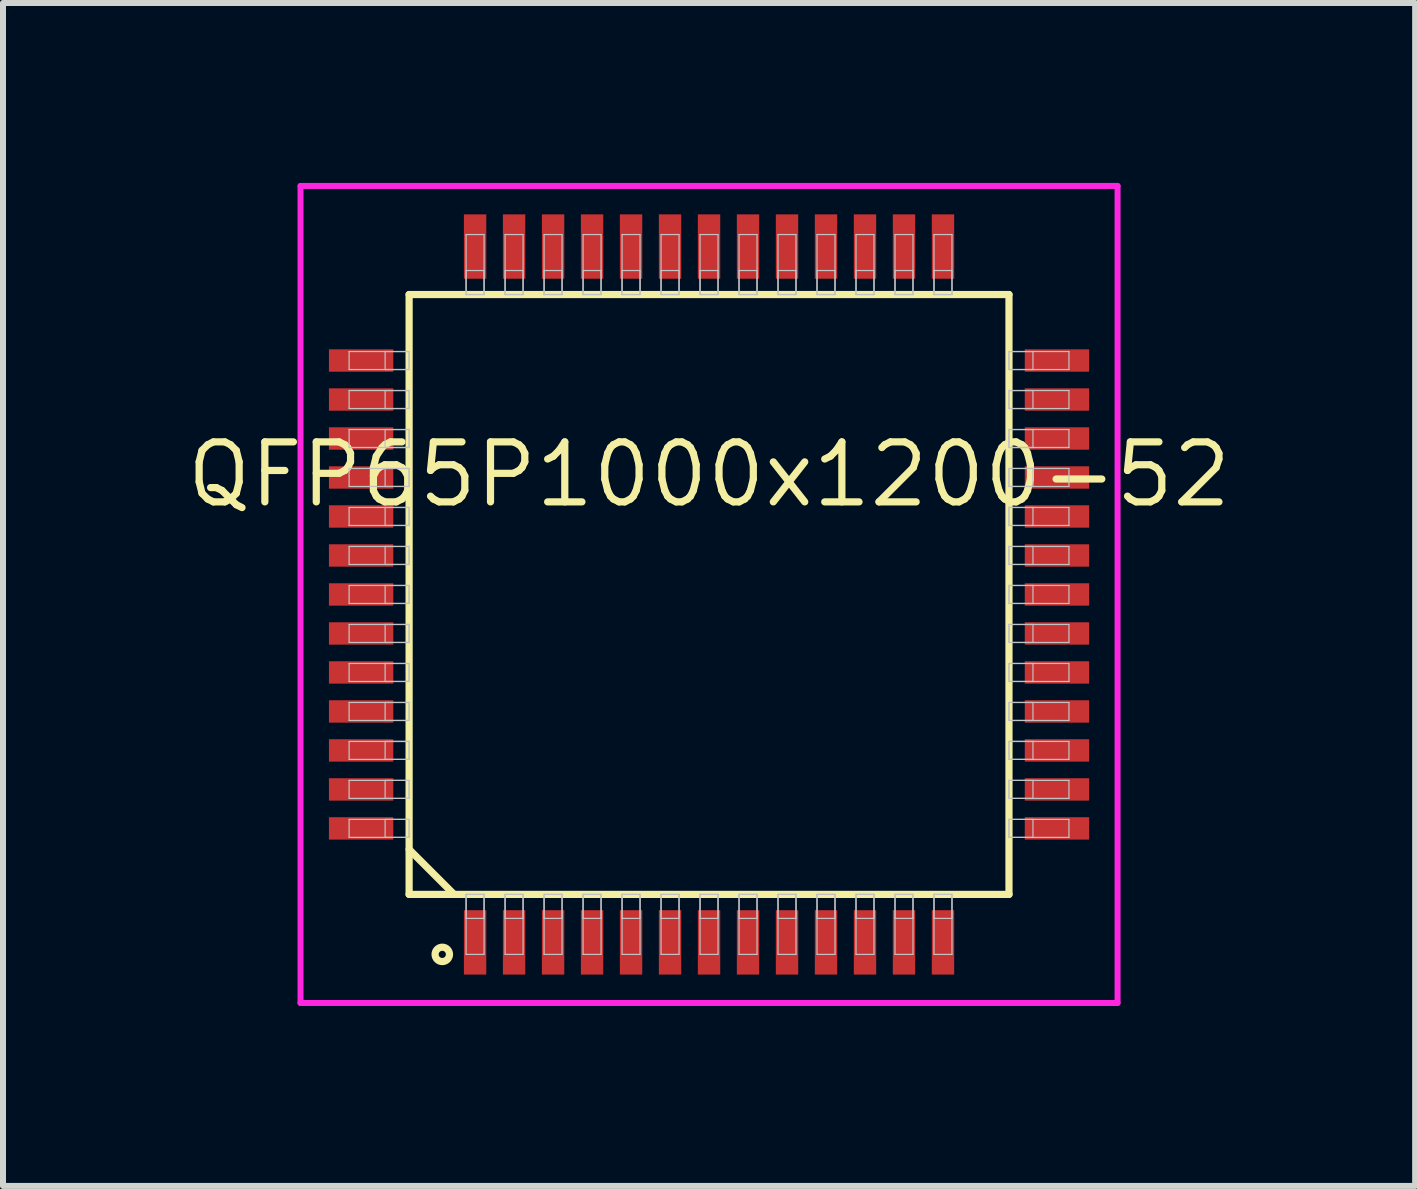
<source format=kicad_pcb>
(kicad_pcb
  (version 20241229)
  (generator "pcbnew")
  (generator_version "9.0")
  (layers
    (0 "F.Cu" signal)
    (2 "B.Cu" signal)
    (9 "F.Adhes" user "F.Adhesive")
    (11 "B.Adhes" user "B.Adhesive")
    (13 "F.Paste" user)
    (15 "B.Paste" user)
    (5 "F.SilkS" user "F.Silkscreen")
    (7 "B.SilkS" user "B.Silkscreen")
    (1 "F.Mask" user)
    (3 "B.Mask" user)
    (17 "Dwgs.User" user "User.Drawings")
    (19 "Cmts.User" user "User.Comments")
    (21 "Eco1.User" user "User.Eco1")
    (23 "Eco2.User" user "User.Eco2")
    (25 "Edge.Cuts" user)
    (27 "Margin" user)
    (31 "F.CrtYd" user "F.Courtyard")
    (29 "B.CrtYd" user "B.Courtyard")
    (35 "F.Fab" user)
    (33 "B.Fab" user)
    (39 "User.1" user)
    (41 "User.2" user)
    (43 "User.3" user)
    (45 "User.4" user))
  (footprint "QFP65P1000x1200-52"
    (layer "F.Cu")
    (at 8.77 6.86)
    (property "Reference" "QFP65P1000x1200-52" (at 0 -2 0) (layer "F.SilkS") (effects (font (size 1 1) (thickness 0.12))))
    (attr through_hole)
    (fp_line (start -5 -5) (end -5 5) (stroke (width 0.12) (type solid)) (layer "F.SilkS"))
    (fp_line (start -5 4.25) (end -4.25 5) (stroke (width 0.12) (type solid)) (layer "F.SilkS"))
    (fp_line (start -5 5) (end 5 5) (stroke (width 0.12) (type solid)) (layer "F.SilkS"))
    (fp_line (start 5 -5) (end -5 -5) (stroke (width 0.12) (type solid)) (layer "F.SilkS"))
    (fp_line (start 5 5) (end 5 -5) (stroke (width 0.12) (type solid)) (layer "F.SilkS"))
    (fp_circle (center -4.447 6) (end -4.327 6) (stroke (width 0.12) (type solid)) (fill no) (layer "F.SilkS"))
    (fp_line (start -6 -4.05) (end -6 -3.75) (stroke (width 0.02) (type solid)) (layer "Dwgs.User"))
    (fp_line (start -6 -3.75) (end -5 -3.75) (stroke (width 0.02) (type solid)) (layer "Dwgs.User"))
    (fp_line (start -6 -3.4) (end -6 -3.1) (stroke (width 0.02) (type solid)) (layer "Dwgs.User"))
    (fp_line (start -6 -3.1) (end -5 -3.1) (stroke (width 0.02) (type solid)) (layer "Dwgs.User"))
    (fp_line (start -6 -2.75) (end -6 -2.45) (stroke (width 0.02) (type solid)) (layer "Dwgs.User"))
    (fp_line (start -6 -2.45) (end -5 -2.45) (stroke (width 0.02) (type solid)) (layer "Dwgs.User"))
    (fp_line (start -6 -2.1) (end -6 -1.8) (stroke (width 0.02) (type solid)) (layer "Dwgs.User"))
    (fp_line (start -6 -1.8) (end -5 -1.8) (stroke (width 0.02) (type solid)) (layer "Dwgs.User"))
    (fp_line (start -6 -1.45) (end -6 -1.15) (stroke (width 0.02) (type solid)) (layer "Dwgs.User"))
    (fp_line (start -6 -1.15) (end -5 -1.15) (stroke (width 0.02) (type solid)) (layer "Dwgs.User"))
    (fp_line (start -6 -0.8) (end -6 -0.5) (stroke (width 0.02) (type solid)) (layer "Dwgs.User"))
    (fp_line (start -6 -0.5) (end -5 -0.5) (stroke (width 0.02) (type solid)) (layer "Dwgs.User"))
    (fp_line (start -6 -0.15) (end -6 0.15) (stroke (width 0.02) (type solid)) (layer "Dwgs.User"))
    (fp_line (start -6 0.15) (end -5 0.15) (stroke (width 0.02) (type solid)) (layer "Dwgs.User"))
    (fp_line (start -6 0.5) (end -6 0.8) (stroke (width 0.02) (type solid)) (layer "Dwgs.User"))
    (fp_line (start -6 0.8) (end -5 0.8) (stroke (width 0.02) (type solid)) (layer "Dwgs.User"))
    (fp_line (start -6 1.15) (end -6 1.45) (stroke (width 0.02) (type solid)) (layer "Dwgs.User"))
    (fp_line (start -6 1.45) (end -5 1.45) (stroke (width 0.02) (type solid)) (layer "Dwgs.User"))
    (fp_line (start -6 1.8) (end -6 2.1) (stroke (width 0.02) (type solid)) (layer "Dwgs.User"))
    (fp_line (start -6 2.1) (end -5 2.1) (stroke (width 0.02) (type solid)) (layer "Dwgs.User"))
    (fp_line (start -6 2.45) (end -6 2.75) (stroke (width 0.02) (type solid)) (layer "Dwgs.User"))
    (fp_line (start -6 2.75) (end -5 2.75) (stroke (width 0.02) (type solid)) (layer "Dwgs.User"))
    (fp_line (start -6 3.1) (end -6 3.4) (stroke (width 0.02) (type solid)) (layer "Dwgs.User"))
    (fp_line (start -6 3.4) (end -5 3.4) (stroke (width 0.02) (type solid)) (layer "Dwgs.User"))
    (fp_line (start -6 3.75) (end -6 4.05) (stroke (width 0.02) (type solid)) (layer "Dwgs.User"))
    (fp_line (start -6 4.05) (end -5 4.05) (stroke (width 0.02) (type solid)) (layer "Dwgs.User"))
    (fp_line (start -5.4 -4.05) (end -5.4 -3.75) (stroke (width 0.02) (type solid)) (layer "Dwgs.User"))
    (fp_line (start -5.4 -3.75) (end -5 -3.75) (stroke (width 0.02) (type solid)) (layer "Dwgs.User"))
    (fp_line (start -5.4 -3.4) (end -5.4 -3.1) (stroke (width 0.02) (type solid)) (layer "Dwgs.User"))
    (fp_line (start -5.4 -3.1) (end -5 -3.1) (stroke (width 0.02) (type solid)) (layer "Dwgs.User"))
    (fp_line (start -5.4 -2.75) (end -5.4 -2.45) (stroke (width 0.02) (type solid)) (layer "Dwgs.User"))
    (fp_line (start -5.4 -2.45) (end -5 -2.45) (stroke (width 0.02) (type solid)) (layer "Dwgs.User"))
    (fp_line (start -5.4 -2.1) (end -5.4 -1.8) (stroke (width 0.02) (type solid)) (layer "Dwgs.User"))
    (fp_line (start -5.4 -1.8) (end -5 -1.8) (stroke (width 0.02) (type solid)) (layer "Dwgs.User"))
    (fp_line (start -5.4 -1.45) (end -5.4 -1.15) (stroke (width 0.02) (type solid)) (layer "Dwgs.User"))
    (fp_line (start -5.4 -1.15) (end -5 -1.15) (stroke (width 0.02) (type solid)) (layer "Dwgs.User"))
    (fp_line (start -5.4 -0.8) (end -5.4 -0.5) (stroke (width 0.02) (type solid)) (layer "Dwgs.User"))
    (fp_line (start -5.4 -0.5) (end -5 -0.5) (stroke (width 0.02) (type solid)) (layer "Dwgs.User"))
    (fp_line (start -5.4 -0.15) (end -5.4 0.15) (stroke (width 0.02) (type solid)) (layer "Dwgs.User"))
    (fp_line (start -5.4 0.15) (end -5 0.15) (stroke (width 0.02) (type solid)) (layer "Dwgs.User"))
    (fp_line (start -5.4 0.5) (end -5.4 0.8) (stroke (width 0.02) (type solid)) (layer "Dwgs.User"))
    (fp_line (start -5.4 0.8) (end -5 0.8) (stroke (width 0.02) (type solid)) (layer "Dwgs.User"))
    (fp_line (start -5.4 1.15) (end -5.4 1.45) (stroke (width 0.02) (type solid)) (layer "Dwgs.User"))
    (fp_line (start -5.4 1.45) (end -5 1.45) (stroke (width 0.02) (type solid)) (layer "Dwgs.User"))
    (fp_line (start -5.4 1.8) (end -5.4 2.1) (stroke (width 0.02) (type solid)) (layer "Dwgs.User"))
    (fp_line (start -5.4 2.1) (end -5 2.1) (stroke (width 0.02) (type solid)) (layer "Dwgs.User"))
    (fp_line (start -5.4 2.45) (end -5.4 2.75) (stroke (width 0.02) (type solid)) (layer "Dwgs.User"))
    (fp_line (start -5.4 2.75) (end -5 2.75) (stroke (width 0.02) (type solid)) (layer "Dwgs.User"))
    (fp_line (start -5.4 3.1) (end -5.4 3.4) (stroke (width 0.02) (type solid)) (layer "Dwgs.User"))
    (fp_line (start -5.4 3.4) (end -5 3.4) (stroke (width 0.02) (type solid)) (layer "Dwgs.User"))
    (fp_line (start -5.4 3.75) (end -5.4 4.05) (stroke (width 0.02) (type solid)) (layer "Dwgs.User"))
    (fp_line (start -5.4 4.05) (end -5 4.05) (stroke (width 0.02) (type solid)) (layer "Dwgs.User"))
    (fp_line (start -5 -4.05) (end -6 -4.05) (stroke (width 0.02) (type solid)) (layer "Dwgs.User"))
    (fp_line (start -5 -4.05) (end -5.4 -4.05) (stroke (width 0.02) (type solid)) (layer "Dwgs.User"))
    (fp_line (start -5 -3.75) (end -5 -4.05) (stroke (width 0.02) (type solid)) (layer "Dwgs.User"))
    (fp_line (start -5 -3.75) (end -5 -4.05) (stroke (width 0.02) (type solid)) (layer "Dwgs.User"))
    (fp_line (start -5 -3.4) (end -6 -3.4) (stroke (width 0.02) (type solid)) (layer "Dwgs.User"))
    (fp_line (start -5 -3.4) (end -5.4 -3.4) (stroke (width 0.02) (type solid)) (layer "Dwgs.User"))
    (fp_line (start -5 -3.1) (end -5 -3.4) (stroke (width 0.02) (type solid)) (layer "Dwgs.User"))
    (fp_line (start -5 -3.1) (end -5 -3.4) (stroke (width 0.02) (type solid)) (layer "Dwgs.User"))
    (fp_line (start -5 -2.75) (end -6 -2.75) (stroke (width 0.02) (type solid)) (layer "Dwgs.User"))
    (fp_line (start -5 -2.75) (end -5.4 -2.75) (stroke (width 0.02) (type solid)) (layer "Dwgs.User"))
    (fp_line (start -5 -2.45) (end -5 -2.75) (stroke (width 0.02) (type solid)) (layer "Dwgs.User"))
    (fp_line (start -5 -2.45) (end -5 -2.75) (stroke (width 0.02) (type solid)) (layer "Dwgs.User"))
    (fp_line (start -5 -2.1) (end -6 -2.1) (stroke (width 0.02) (type solid)) (layer "Dwgs.User"))
    (fp_line (start -5 -2.1) (end -5.4 -2.1) (stroke (width 0.02) (type solid)) (layer "Dwgs.User"))
    (fp_line (start -5 -1.8) (end -5 -2.1) (stroke (width 0.02) (type solid)) (layer "Dwgs.User"))
    (fp_line (start -5 -1.8) (end -5 -2.1) (stroke (width 0.02) (type solid)) (layer "Dwgs.User"))
    (fp_line (start -5 -1.45) (end -6 -1.45) (stroke (width 0.02) (type solid)) (layer "Dwgs.User"))
    (fp_line (start -5 -1.45) (end -5.4 -1.45) (stroke (width 0.02) (type solid)) (layer "Dwgs.User"))
    (fp_line (start -5 -1.15) (end -5 -1.45) (stroke (width 0.02) (type solid)) (layer "Dwgs.User"))
    (fp_line (start -5 -1.15) (end -5 -1.45) (stroke (width 0.02) (type solid)) (layer "Dwgs.User"))
    (fp_line (start -5 -0.8) (end -6 -0.8) (stroke (width 0.02) (type solid)) (layer "Dwgs.User"))
    (fp_line (start -5 -0.8) (end -5.4 -0.8) (stroke (width 0.02) (type solid)) (layer "Dwgs.User"))
    (fp_line (start -5 -0.5) (end -5 -0.8) (stroke (width 0.02) (type solid)) (layer "Dwgs.User"))
    (fp_line (start -5 -0.5) (end -5 -0.8) (stroke (width 0.02) (type solid)) (layer "Dwgs.User"))
    (fp_line (start -5 -0.15) (end -6 -0.15) (stroke (width 0.02) (type solid)) (layer "Dwgs.User"))
    (fp_line (start -5 -0.15) (end -5.4 -0.15) (stroke (width 0.02) (type solid)) (layer "Dwgs.User"))
    (fp_line (start -5 0.15) (end -5 -0.15) (stroke (width 0.02) (type solid)) (layer "Dwgs.User"))
    (fp_line (start -5 0.15) (end -5 -0.15) (stroke (width 0.02) (type solid)) (layer "Dwgs.User"))
    (fp_line (start -5 0.5) (end -6 0.5) (stroke (width 0.02) (type solid)) (layer "Dwgs.User"))
    (fp_line (start -5 0.5) (end -5.4 0.5) (stroke (width 0.02) (type solid)) (layer "Dwgs.User"))
    (fp_line (start -5 0.8) (end -5 0.5) (stroke (width 0.02) (type solid)) (layer "Dwgs.User"))
    (fp_line (start -5 0.8) (end -5 0.5) (stroke (width 0.02) (type solid)) (layer "Dwgs.User"))
    (fp_line (start -5 1.15) (end -6 1.15) (stroke (width 0.02) (type solid)) (layer "Dwgs.User"))
    (fp_line (start -5 1.15) (end -5.4 1.15) (stroke (width 0.02) (type solid)) (layer "Dwgs.User"))
    (fp_line (start -5 1.45) (end -5 1.15) (stroke (width 0.02) (type solid)) (layer "Dwgs.User"))
    (fp_line (start -5 1.45) (end -5 1.15) (stroke (width 0.02) (type solid)) (layer "Dwgs.User"))
    (fp_line (start -5 1.8) (end -6 1.8) (stroke (width 0.02) (type solid)) (layer "Dwgs.User"))
    (fp_line (start -5 1.8) (end -5.4 1.8) (stroke (width 0.02) (type solid)) (layer "Dwgs.User"))
    (fp_line (start -5 2.1) (end -5 1.8) (stroke (width 0.02) (type solid)) (layer "Dwgs.User"))
    (fp_line (start -5 2.1) (end -5 1.8) (stroke (width 0.02) (type solid)) (layer "Dwgs.User"))
    (fp_line (start -5 2.45) (end -6 2.45) (stroke (width 0.02) (type solid)) (layer "Dwgs.User"))
    (fp_line (start -5 2.45) (end -5.4 2.45) (stroke (width 0.02) (type solid)) (layer "Dwgs.User"))
    (fp_line (start -5 2.75) (end -5 2.45) (stroke (width 0.02) (type solid)) (layer "Dwgs.User"))
    (fp_line (start -5 2.75) (end -5 2.45) (stroke (width 0.02) (type solid)) (layer "Dwgs.User"))
    (fp_line (start -5 3.1) (end -6 3.1) (stroke (width 0.02) (type solid)) (layer "Dwgs.User"))
    (fp_line (start -5 3.1) (end -5.4 3.1) (stroke (width 0.02) (type solid)) (layer "Dwgs.User"))
    (fp_line (start -5 3.4) (end -5 3.1) (stroke (width 0.02) (type solid)) (layer "Dwgs.User"))
    (fp_line (start -5 3.4) (end -5 3.1) (stroke (width 0.02) (type solid)) (layer "Dwgs.User"))
    (fp_line (start -5 3.75) (end -6 3.75) (stroke (width 0.02) (type solid)) (layer "Dwgs.User"))
    (fp_line (start -5 3.75) (end -5.4 3.75) (stroke (width 0.02) (type solid)) (layer "Dwgs.User"))
    (fp_line (start -5 4.05) (end -5 3.75) (stroke (width 0.02) (type solid)) (layer "Dwgs.User"))
    (fp_line (start -5 4.05) (end -5 3.75) (stroke (width 0.02) (type solid)) (layer "Dwgs.User"))
    (fp_line (start -4.05 -6) (end -4.05 -5) (stroke (width 0.02) (type solid)) (layer "Dwgs.User"))
    (fp_line (start -4.05 -5.4) (end -4.05 -5) (stroke (width 0.02) (type solid)) (layer "Dwgs.User"))
    (fp_line (start -4.05 -5) (end -3.75 -5) (stroke (width 0.02) (type solid)) (layer "Dwgs.User"))
    (fp_line (start -4.05 -5) (end -3.75 -5) (stroke (width 0.02) (type solid)) (layer "Dwgs.User"))
    (fp_line (start -4.05 5) (end -3.75 5) (stroke (width 0.02) (type solid)) (layer "Dwgs.User"))
    (fp_line (start -4.05 5) (end -3.75 5) (stroke (width 0.02) (type solid)) (layer "Dwgs.User"))
    (fp_line (start -4.05 5.4) (end -4.05 5) (stroke (width 0.02) (type solid)) (layer "Dwgs.User"))
    (fp_line (start -4.05 6) (end -4.05 5) (stroke (width 0.02) (type solid)) (layer "Dwgs.User"))
    (fp_line (start -3.75 -6) (end -4.05 -6) (stroke (width 0.02) (type solid)) (layer "Dwgs.User"))
    (fp_line (start -3.75 -5.4) (end -4.05 -5.4) (stroke (width 0.02) (type solid)) (layer "Dwgs.User"))
    (fp_line (start -3.75 -5) (end -3.75 -6) (stroke (width 0.02) (type solid)) (layer "Dwgs.User"))
    (fp_line (start -3.75 -5) (end -3.75 -5.4) (stroke (width 0.02) (type solid)) (layer "Dwgs.User"))
    (fp_line (start -3.75 5) (end -3.75 5.4) (stroke (width 0.02) (type solid)) (layer "Dwgs.User"))
    (fp_line (start -3.75 5) (end -3.75 6) (stroke (width 0.02) (type solid)) (layer "Dwgs.User"))
    (fp_line (start -3.75 5.4) (end -4.05 5.4) (stroke (width 0.02) (type solid)) (layer "Dwgs.User"))
    (fp_line (start -3.75 6) (end -4.05 6) (stroke (width 0.02) (type solid)) (layer "Dwgs.User"))
    (fp_line (start -3.4 -6) (end -3.4 -5) (stroke (width 0.02) (type solid)) (layer "Dwgs.User"))
    (fp_line (start -3.4 -5.4) (end -3.4 -5) (stroke (width 0.02) (type solid)) (layer "Dwgs.User"))
    (fp_line (start -3.4 -5) (end -3.1 -5) (stroke (width 0.02) (type solid)) (layer "Dwgs.User"))
    (fp_line (start -3.4 -5) (end -3.1 -5) (stroke (width 0.02) (type solid)) (layer "Dwgs.User"))
    (fp_line (start -3.4 5) (end -3.1 5) (stroke (width 0.02) (type solid)) (layer "Dwgs.User"))
    (fp_line (start -3.4 5) (end -3.1 5) (stroke (width 0.02) (type solid)) (layer "Dwgs.User"))
    (fp_line (start -3.4 5.4) (end -3.4 5) (stroke (width 0.02) (type solid)) (layer "Dwgs.User"))
    (fp_line (start -3.4 6) (end -3.4 5) (stroke (width 0.02) (type solid)) (layer "Dwgs.User"))
    (fp_line (start -3.1 -6) (end -3.4 -6) (stroke (width 0.02) (type solid)) (layer "Dwgs.User"))
    (fp_line (start -3.1 -5.4) (end -3.4 -5.4) (stroke (width 0.02) (type solid)) (layer "Dwgs.User"))
    (fp_line (start -3.1 -5) (end -3.1 -6) (stroke (width 0.02) (type solid)) (layer "Dwgs.User"))
    (fp_line (start -3.1 -5) (end -3.1 -5.4) (stroke (width 0.02) (type solid)) (layer "Dwgs.User"))
    (fp_line (start -3.1 5) (end -3.1 5.4) (stroke (width 0.02) (type solid)) (layer "Dwgs.User"))
    (fp_line (start -3.1 5) (end -3.1 6) (stroke (width 0.02) (type solid)) (layer "Dwgs.User"))
    (fp_line (start -3.1 5.4) (end -3.4 5.4) (stroke (width 0.02) (type solid)) (layer "Dwgs.User"))
    (fp_line (start -3.1 6) (end -3.4 6) (stroke (width 0.02) (type solid)) (layer "Dwgs.User"))
    (fp_line (start -2.75 -6) (end -2.75 -5) (stroke (width 0.02) (type solid)) (layer "Dwgs.User"))
    (fp_line (start -2.75 -5.4) (end -2.75 -5) (stroke (width 0.02) (type solid)) (layer "Dwgs.User"))
    (fp_line (start -2.75 -5) (end -2.45 -5) (stroke (width 0.02) (type solid)) (layer "Dwgs.User"))
    (fp_line (start -2.75 -5) (end -2.45 -5) (stroke (width 0.02) (type solid)) (layer "Dwgs.User"))
    (fp_line (start -2.75 5) (end -2.45 5) (stroke (width 0.02) (type solid)) (layer "Dwgs.User"))
    (fp_line (start -2.75 5) (end -2.45 5) (stroke (width 0.02) (type solid)) (layer "Dwgs.User"))
    (fp_line (start -2.75 5.4) (end -2.75 5) (stroke (width 0.02) (type solid)) (layer "Dwgs.User"))
    (fp_line (start -2.75 6) (end -2.75 5) (stroke (width 0.02) (type solid)) (layer "Dwgs.User"))
    (fp_line (start -2.45 -6) (end -2.75 -6) (stroke (width 0.02) (type solid)) (layer "Dwgs.User"))
    (fp_line (start -2.45 -5.4) (end -2.75 -5.4) (stroke (width 0.02) (type solid)) (layer "Dwgs.User"))
    (fp_line (start -2.45 -5) (end -2.45 -6) (stroke (width 0.02) (type solid)) (layer "Dwgs.User"))
    (fp_line (start -2.45 -5) (end -2.45 -5.4) (stroke (width 0.02) (type solid)) (layer "Dwgs.User"))
    (fp_line (start -2.45 5) (end -2.45 5.4) (stroke (width 0.02) (type solid)) (layer "Dwgs.User"))
    (fp_line (start -2.45 5) (end -2.45 6) (stroke (width 0.02) (type solid)) (layer "Dwgs.User"))
    (fp_line (start -2.45 5.4) (end -2.75 5.4) (stroke (width 0.02) (type solid)) (layer "Dwgs.User"))
    (fp_line (start -2.45 6) (end -2.75 6) (stroke (width 0.02) (type solid)) (layer "Dwgs.User"))
    (fp_line (start -2.1 -6) (end -2.1 -5) (stroke (width 0.02) (type solid)) (layer "Dwgs.User"))
    (fp_line (start -2.1 -5.4) (end -2.1 -5) (stroke (width 0.02) (type solid)) (layer "Dwgs.User"))
    (fp_line (start -2.1 -5) (end -1.8 -5) (stroke (width 0.02) (type solid)) (layer "Dwgs.User"))
    (fp_line (start -2.1 -5) (end -1.8 -5) (stroke (width 0.02) (type solid)) (layer "Dwgs.User"))
    (fp_line (start -2.1 5) (end -1.8 5) (stroke (width 0.02) (type solid)) (layer "Dwgs.User"))
    (fp_line (start -2.1 5) (end -1.8 5) (stroke (width 0.02) (type solid)) (layer "Dwgs.User"))
    (fp_line (start -2.1 5.4) (end -2.1 5) (stroke (width 0.02) (type solid)) (layer "Dwgs.User"))
    (fp_line (start -2.1 6) (end -2.1 5) (stroke (width 0.02) (type solid)) (layer "Dwgs.User"))
    (fp_line (start -1.8 -6) (end -2.1 -6) (stroke (width 0.02) (type solid)) (layer "Dwgs.User"))
    (fp_line (start -1.8 -5.4) (end -2.1 -5.4) (stroke (width 0.02) (type solid)) (layer "Dwgs.User"))
    (fp_line (start -1.8 -5) (end -1.8 -6) (stroke (width 0.02) (type solid)) (layer "Dwgs.User"))
    (fp_line (start -1.8 -5) (end -1.8 -5.4) (stroke (width 0.02) (type solid)) (layer "Dwgs.User"))
    (fp_line (start -1.8 5) (end -1.8 5.4) (stroke (width 0.02) (type solid)) (layer "Dwgs.User"))
    (fp_line (start -1.8 5) (end -1.8 6) (stroke (width 0.02) (type solid)) (layer "Dwgs.User"))
    (fp_line (start -1.8 5.4) (end -2.1 5.4) (stroke (width 0.02) (type solid)) (layer "Dwgs.User"))
    (fp_line (start -1.8 6) (end -2.1 6) (stroke (width 0.02) (type solid)) (layer "Dwgs.User"))
    (fp_line (start -1.45 -6) (end -1.45 -5) (stroke (width 0.02) (type solid)) (layer "Dwgs.User"))
    (fp_line (start -1.45 -5.4) (end -1.45 -5) (stroke (width 0.02) (type solid)) (layer "Dwgs.User"))
    (fp_line (start -1.45 -5) (end -1.15 -5) (stroke (width 0.02) (type solid)) (layer "Dwgs.User"))
    (fp_line (start -1.45 -5) (end -1.15 -5) (stroke (width 0.02) (type solid)) (layer "Dwgs.User"))
    (fp_line (start -1.45 5) (end -1.15 5) (stroke (width 0.02) (type solid)) (layer "Dwgs.User"))
    (fp_line (start -1.45 5) (end -1.15 5) (stroke (width 0.02) (type solid)) (layer "Dwgs.User"))
    (fp_line (start -1.45 5.4) (end -1.45 5) (stroke (width 0.02) (type solid)) (layer "Dwgs.User"))
    (fp_line (start -1.45 6) (end -1.45 5) (stroke (width 0.02) (type solid)) (layer "Dwgs.User"))
    (fp_line (start -1.15 -6) (end -1.45 -6) (stroke (width 0.02) (type solid)) (layer "Dwgs.User"))
    (fp_line (start -1.15 -5.4) (end -1.45 -5.4) (stroke (width 0.02) (type solid)) (layer "Dwgs.User"))
    (fp_line (start -1.15 -5) (end -1.15 -6) (stroke (width 0.02) (type solid)) (layer "Dwgs.User"))
    (fp_line (start -1.15 -5) (end -1.15 -5.4) (stroke (width 0.02) (type solid)) (layer "Dwgs.User"))
    (fp_line (start -1.15 5) (end -1.15 5.4) (stroke (width 0.02) (type solid)) (layer "Dwgs.User"))
    (fp_line (start -1.15 5) (end -1.15 6) (stroke (width 0.02) (type solid)) (layer "Dwgs.User"))
    (fp_line (start -1.15 5.4) (end -1.45 5.4) (stroke (width 0.02) (type solid)) (layer "Dwgs.User"))
    (fp_line (start -1.15 6) (end -1.45 6) (stroke (width 0.02) (type solid)) (layer "Dwgs.User"))
    (fp_line (start -0.8 -6) (end -0.8 -5) (stroke (width 0.02) (type solid)) (layer "Dwgs.User"))
    (fp_line (start -0.8 -5.4) (end -0.8 -5) (stroke (width 0.02) (type solid)) (layer "Dwgs.User"))
    (fp_line (start -0.8 -5) (end -0.5 -5) (stroke (width 0.02) (type solid)) (layer "Dwgs.User"))
    (fp_line (start -0.8 -5) (end -0.5 -5) (stroke (width 0.02) (type solid)) (layer "Dwgs.User"))
    (fp_line (start -0.8 5) (end -0.5 5) (stroke (width 0.02) (type solid)) (layer "Dwgs.User"))
    (fp_line (start -0.8 5) (end -0.5 5) (stroke (width 0.02) (type solid)) (layer "Dwgs.User"))
    (fp_line (start -0.8 5.4) (end -0.8 5) (stroke (width 0.02) (type solid)) (layer "Dwgs.User"))
    (fp_line (start -0.8 6) (end -0.8 5) (stroke (width 0.02) (type solid)) (layer "Dwgs.User"))
    (fp_line (start -0.5 -6) (end -0.8 -6) (stroke (width 0.02) (type solid)) (layer "Dwgs.User"))
    (fp_line (start -0.5 -5.4) (end -0.8 -5.4) (stroke (width 0.02) (type solid)) (layer "Dwgs.User"))
    (fp_line (start -0.5 -5) (end -0.5 -6) (stroke (width 0.02) (type solid)) (layer "Dwgs.User"))
    (fp_line (start -0.5 -5) (end -0.5 -5.4) (stroke (width 0.02) (type solid)) (layer "Dwgs.User"))
    (fp_line (start -0.5 5) (end -0.5 5.4) (stroke (width 0.02) (type solid)) (layer "Dwgs.User"))
    (fp_line (start -0.5 5) (end -0.5 6) (stroke (width 0.02) (type solid)) (layer "Dwgs.User"))
    (fp_line (start -0.5 5.4) (end -0.8 5.4) (stroke (width 0.02) (type solid)) (layer "Dwgs.User"))
    (fp_line (start -0.5 6) (end -0.8 6) (stroke (width 0.02) (type solid)) (layer "Dwgs.User"))
    (fp_line (start -0.15 -6) (end -0.15 -5) (stroke (width 0.02) (type solid)) (layer "Dwgs.User"))
    (fp_line (start -0.15 -5.4) (end -0.15 -5) (stroke (width 0.02) (type solid)) (layer "Dwgs.User"))
    (fp_line (start -0.15 -5) (end 0.15 -5) (stroke (width 0.02) (type solid)) (layer "Dwgs.User"))
    (fp_line (start -0.15 -5) (end 0.15 -5) (stroke (width 0.02) (type solid)) (layer "Dwgs.User"))
    (fp_line (start -0.15 5) (end 0.15 5) (stroke (width 0.02) (type solid)) (layer "Dwgs.User"))
    (fp_line (start -0.15 5) (end 0.15 5) (stroke (width 0.02) (type solid)) (layer "Dwgs.User"))
    (fp_line (start -0.15 5.4) (end -0.15 5) (stroke (width 0.02) (type solid)) (layer "Dwgs.User"))
    (fp_line (start -0.15 6) (end -0.15 5) (stroke (width 0.02) (type solid)) (layer "Dwgs.User"))
    (fp_line (start 0.15 -6) (end -0.15 -6) (stroke (width 0.02) (type solid)) (layer "Dwgs.User"))
    (fp_line (start 0.15 -5.4) (end -0.15 -5.4) (stroke (width 0.02) (type solid)) (layer "Dwgs.User"))
    (fp_line (start 0.15 -5) (end 0.15 -6) (stroke (width 0.02) (type solid)) (layer "Dwgs.User"))
    (fp_line (start 0.15 -5) (end 0.15 -5.4) (stroke (width 0.02) (type solid)) (layer "Dwgs.User"))
    (fp_line (start 0.15 5) (end 0.15 5.4) (stroke (width 0.02) (type solid)) (layer "Dwgs.User"))
    (fp_line (start 0.15 5) (end 0.15 6) (stroke (width 0.02) (type solid)) (layer "Dwgs.User"))
    (fp_line (start 0.15 5.4) (end -0.15 5.4) (stroke (width 0.02) (type solid)) (layer "Dwgs.User"))
    (fp_line (start 0.15 6) (end -0.15 6) (stroke (width 0.02) (type solid)) (layer "Dwgs.User"))
    (fp_line (start 0.5 -6) (end 0.5 -5) (stroke (width 0.02) (type solid)) (layer "Dwgs.User"))
    (fp_line (start 0.5 -5.4) (end 0.5 -5) (stroke (width 0.02) (type solid)) (layer "Dwgs.User"))
    (fp_line (start 0.5 -5) (end 0.8 -5) (stroke (width 0.02) (type solid)) (layer "Dwgs.User"))
    (fp_line (start 0.5 -5) (end 0.8 -5) (stroke (width 0.02) (type solid)) (layer "Dwgs.User"))
    (fp_line (start 0.5 5) (end 0.8 5) (stroke (width 0.02) (type solid)) (layer "Dwgs.User"))
    (fp_line (start 0.5 5) (end 0.8 5) (stroke (width 0.02) (type solid)) (layer "Dwgs.User"))
    (fp_line (start 0.5 5.4) (end 0.5 5) (stroke (width 0.02) (type solid)) (layer "Dwgs.User"))
    (fp_line (start 0.5 6) (end 0.5 5) (stroke (width 0.02) (type solid)) (layer "Dwgs.User"))
    (fp_line (start 0.8 -6) (end 0.5 -6) (stroke (width 0.02) (type solid)) (layer "Dwgs.User"))
    (fp_line (start 0.8 -5.4) (end 0.5 -5.4) (stroke (width 0.02) (type solid)) (layer "Dwgs.User"))
    (fp_line (start 0.8 -5) (end 0.8 -6) (stroke (width 0.02) (type solid)) (layer "Dwgs.User"))
    (fp_line (start 0.8 -5) (end 0.8 -5.4) (stroke (width 0.02) (type solid)) (layer "Dwgs.User"))
    (fp_line (start 0.8 5) (end 0.8 5.4) (stroke (width 0.02) (type solid)) (layer "Dwgs.User"))
    (fp_line (start 0.8 5) (end 0.8 6) (stroke (width 0.02) (type solid)) (layer "Dwgs.User"))
    (fp_line (start 0.8 5.4) (end 0.5 5.4) (stroke (width 0.02) (type solid)) (layer "Dwgs.User"))
    (fp_line (start 0.8 6) (end 0.5 6) (stroke (width 0.02) (type solid)) (layer "Dwgs.User"))
    (fp_line (start 1.15 -6) (end 1.15 -5) (stroke (width 0.02) (type solid)) (layer "Dwgs.User"))
    (fp_line (start 1.15 -5.4) (end 1.15 -5) (stroke (width 0.02) (type solid)) (layer "Dwgs.User"))
    (fp_line (start 1.15 -5) (end 1.45 -5) (stroke (width 0.02) (type solid)) (layer "Dwgs.User"))
    (fp_line (start 1.15 -5) (end 1.45 -5) (stroke (width 0.02) (type solid)) (layer "Dwgs.User"))
    (fp_line (start 1.15 5) (end 1.45 5) (stroke (width 0.02) (type solid)) (layer "Dwgs.User"))
    (fp_line (start 1.15 5) (end 1.45 5) (stroke (width 0.02) (type solid)) (layer "Dwgs.User"))
    (fp_line (start 1.15 5.4) (end 1.15 5) (stroke (width 0.02) (type solid)) (layer "Dwgs.User"))
    (fp_line (start 1.15 6) (end 1.15 5) (stroke (width 0.02) (type solid)) (layer "Dwgs.User"))
    (fp_line (start 1.45 -6) (end 1.15 -6) (stroke (width 0.02) (type solid)) (layer "Dwgs.User"))
    (fp_line (start 1.45 -5.4) (end 1.15 -5.4) (stroke (width 0.02) (type solid)) (layer "Dwgs.User"))
    (fp_line (start 1.45 -5) (end 1.45 -6) (stroke (width 0.02) (type solid)) (layer "Dwgs.User"))
    (fp_line (start 1.45 -5) (end 1.45 -5.4) (stroke (width 0.02) (type solid)) (layer "Dwgs.User"))
    (fp_line (start 1.45 5) (end 1.45 5.4) (stroke (width 0.02) (type solid)) (layer "Dwgs.User"))
    (fp_line (start 1.45 5) (end 1.45 6) (stroke (width 0.02) (type solid)) (layer "Dwgs.User"))
    (fp_line (start 1.45 5.4) (end 1.15 5.4) (stroke (width 0.02) (type solid)) (layer "Dwgs.User"))
    (fp_line (start 1.45 6) (end 1.15 6) (stroke (width 0.02) (type solid)) (layer "Dwgs.User"))
    (fp_line (start 1.8 -6) (end 1.8 -5) (stroke (width 0.02) (type solid)) (layer "Dwgs.User"))
    (fp_line (start 1.8 -5.4) (end 1.8 -5) (stroke (width 0.02) (type solid)) (layer "Dwgs.User"))
    (fp_line (start 1.8 -5) (end 2.1 -5) (stroke (width 0.02) (type solid)) (layer "Dwgs.User"))
    (fp_line (start 1.8 -5) (end 2.1 -5) (stroke (width 0.02) (type solid)) (layer "Dwgs.User"))
    (fp_line (start 1.8 5) (end 2.1 5) (stroke (width 0.02) (type solid)) (layer "Dwgs.User"))
    (fp_line (start 1.8 5) (end 2.1 5) (stroke (width 0.02) (type solid)) (layer "Dwgs.User"))
    (fp_line (start 1.8 5.4) (end 1.8 5) (stroke (width 0.02) (type solid)) (layer "Dwgs.User"))
    (fp_line (start 1.8 6) (end 1.8 5) (stroke (width 0.02) (type solid)) (layer "Dwgs.User"))
    (fp_line (start 2.1 -6) (end 1.8 -6) (stroke (width 0.02) (type solid)) (layer "Dwgs.User"))
    (fp_line (start 2.1 -5.4) (end 1.8 -5.4) (stroke (width 0.02) (type solid)) (layer "Dwgs.User"))
    (fp_line (start 2.1 -5) (end 2.1 -6) (stroke (width 0.02) (type solid)) (layer "Dwgs.User"))
    (fp_line (start 2.1 -5) (end 2.1 -5.4) (stroke (width 0.02) (type solid)) (layer "Dwgs.User"))
    (fp_line (start 2.1 5) (end 2.1 5.4) (stroke (width 0.02) (type solid)) (layer "Dwgs.User"))
    (fp_line (start 2.1 5) (end 2.1 6) (stroke (width 0.02) (type solid)) (layer "Dwgs.User"))
    (fp_line (start 2.1 5.4) (end 1.8 5.4) (stroke (width 0.02) (type solid)) (layer "Dwgs.User"))
    (fp_line (start 2.1 6) (end 1.8 6) (stroke (width 0.02) (type solid)) (layer "Dwgs.User"))
    (fp_line (start 2.45 -6) (end 2.45 -5) (stroke (width 0.02) (type solid)) (layer "Dwgs.User"))
    (fp_line (start 2.45 -5.4) (end 2.45 -5) (stroke (width 0.02) (type solid)) (layer "Dwgs.User"))
    (fp_line (start 2.45 -5) (end 2.75 -5) (stroke (width 0.02) (type solid)) (layer "Dwgs.User"))
    (fp_line (start 2.45 -5) (end 2.75 -5) (stroke (width 0.02) (type solid)) (layer "Dwgs.User"))
    (fp_line (start 2.45 5) (end 2.75 5) (stroke (width 0.02) (type solid)) (layer "Dwgs.User"))
    (fp_line (start 2.45 5) (end 2.75 5) (stroke (width 0.02) (type solid)) (layer "Dwgs.User"))
    (fp_line (start 2.45 5.4) (end 2.45 5) (stroke (width 0.02) (type solid)) (layer "Dwgs.User"))
    (fp_line (start 2.45 6) (end 2.45 5) (stroke (width 0.02) (type solid)) (layer "Dwgs.User"))
    (fp_line (start 2.75 -6) (end 2.45 -6) (stroke (width 0.02) (type solid)) (layer "Dwgs.User"))
    (fp_line (start 2.75 -5.4) (end 2.45 -5.4) (stroke (width 0.02) (type solid)) (layer "Dwgs.User"))
    (fp_line (start 2.75 -5) (end 2.75 -6) (stroke (width 0.02) (type solid)) (layer "Dwgs.User"))
    (fp_line (start 2.75 -5) (end 2.75 -5.4) (stroke (width 0.02) (type solid)) (layer "Dwgs.User"))
    (fp_line (start 2.75 5) (end 2.75 5.4) (stroke (width 0.02) (type solid)) (layer "Dwgs.User"))
    (fp_line (start 2.75 5) (end 2.75 6) (stroke (width 0.02) (type solid)) (layer "Dwgs.User"))
    (fp_line (start 2.75 5.4) (end 2.45 5.4) (stroke (width 0.02) (type solid)) (layer "Dwgs.User"))
    (fp_line (start 2.75 6) (end 2.45 6) (stroke (width 0.02) (type solid)) (layer "Dwgs.User"))
    (fp_line (start 3.1 -6) (end 3.1 -5) (stroke (width 0.02) (type solid)) (layer "Dwgs.User"))
    (fp_line (start 3.1 -5.4) (end 3.1 -5) (stroke (width 0.02) (type solid)) (layer "Dwgs.User"))
    (fp_line (start 3.1 -5) (end 3.4 -5) (stroke (width 0.02) (type solid)) (layer "Dwgs.User"))
    (fp_line (start 3.1 -5) (end 3.4 -5) (stroke (width 0.02) (type solid)) (layer "Dwgs.User"))
    (fp_line (start 3.1 5) (end 3.4 5) (stroke (width 0.02) (type solid)) (layer "Dwgs.User"))
    (fp_line (start 3.1 5) (end 3.4 5) (stroke (width 0.02) (type solid)) (layer "Dwgs.User"))
    (fp_line (start 3.1 5.4) (end 3.1 5) (stroke (width 0.02) (type solid)) (layer "Dwgs.User"))
    (fp_line (start 3.1 6) (end 3.1 5) (stroke (width 0.02) (type solid)) (layer "Dwgs.User"))
    (fp_line (start 3.4 -6) (end 3.1 -6) (stroke (width 0.02) (type solid)) (layer "Dwgs.User"))
    (fp_line (start 3.4 -5.4) (end 3.1 -5.4) (stroke (width 0.02) (type solid)) (layer "Dwgs.User"))
    (fp_line (start 3.4 -5) (end 3.4 -6) (stroke (width 0.02) (type solid)) (layer "Dwgs.User"))
    (fp_line (start 3.4 -5) (end 3.4 -5.4) (stroke (width 0.02) (type solid)) (layer "Dwgs.User"))
    (fp_line (start 3.4 5) (end 3.4 5.4) (stroke (width 0.02) (type solid)) (layer "Dwgs.User"))
    (fp_line (start 3.4 5) (end 3.4 6) (stroke (width 0.02) (type solid)) (layer "Dwgs.User"))
    (fp_line (start 3.4 5.4) (end 3.1 5.4) (stroke (width 0.02) (type solid)) (layer "Dwgs.User"))
    (fp_line (start 3.4 6) (end 3.1 6) (stroke (width 0.02) (type solid)) (layer "Dwgs.User"))
    (fp_line (start 3.75 -6) (end 3.75 -5) (stroke (width 0.02) (type solid)) (layer "Dwgs.User"))
    (fp_line (start 3.75 -5.4) (end 3.75 -5) (stroke (width 0.02) (type solid)) (layer "Dwgs.User"))
    (fp_line (start 3.75 -5) (end 4.05 -5) (stroke (width 0.02) (type solid)) (layer "Dwgs.User"))
    (fp_line (start 3.75 -5) (end 4.05 -5) (stroke (width 0.02) (type solid)) (layer "Dwgs.User"))
    (fp_line (start 3.75 5) (end 4.05 5) (stroke (width 0.02) (type solid)) (layer "Dwgs.User"))
    (fp_line (start 3.75 5) (end 4.05 5) (stroke (width 0.02) (type solid)) (layer "Dwgs.User"))
    (fp_line (start 3.75 5.4) (end 3.75 5) (stroke (width 0.02) (type solid)) (layer "Dwgs.User"))
    (fp_line (start 3.75 6) (end 3.75 5) (stroke (width 0.02) (type solid)) (layer "Dwgs.User"))
    (fp_line (start 4.05 -6) (end 3.75 -6) (stroke (width 0.02) (type solid)) (layer "Dwgs.User"))
    (fp_line (start 4.05 -5.4) (end 3.75 -5.4) (stroke (width 0.02) (type solid)) (layer "Dwgs.User"))
    (fp_line (start 4.05 -5) (end 4.05 -6) (stroke (width 0.02) (type solid)) (layer "Dwgs.User"))
    (fp_line (start 4.05 -5) (end 4.05 -5.4) (stroke (width 0.02) (type solid)) (layer "Dwgs.User"))
    (fp_line (start 4.05 5) (end 4.05 5.4) (stroke (width 0.02) (type solid)) (layer "Dwgs.User"))
    (fp_line (start 4.05 5) (end 4.05 6) (stroke (width 0.02) (type solid)) (layer "Dwgs.User"))
    (fp_line (start 4.05 5.4) (end 3.75 5.4) (stroke (width 0.02) (type solid)) (layer "Dwgs.User"))
    (fp_line (start 4.05 6) (end 3.75 6) (stroke (width 0.02) (type solid)) (layer "Dwgs.User"))
    (fp_line (start 5 -4.05) (end 5.4 -4.05) (stroke (width 0.02) (type solid)) (layer "Dwgs.User"))
    (fp_line (start 5 -4.05) (end 6 -4.05) (stroke (width 0.02) (type solid)) (layer "Dwgs.User"))
    (fp_line (start 5 -3.75) (end 5 -4.05) (stroke (width 0.02) (type solid)) (layer "Dwgs.User"))
    (fp_line (start 5 -3.75) (end 5 -4.05) (stroke (width 0.02) (type solid)) (layer "Dwgs.User"))
    (fp_line (start 5 -3.4) (end 5.4 -3.4) (stroke (width 0.02) (type solid)) (layer "Dwgs.User"))
    (fp_line (start 5 -3.4) (end 6 -3.4) (stroke (width 0.02) (type solid)) (layer "Dwgs.User"))
    (fp_line (start 5 -3.1) (end 5 -3.4) (stroke (width 0.02) (type solid)) (layer "Dwgs.User"))
    (fp_line (start 5 -3.1) (end 5 -3.4) (stroke (width 0.02) (type solid)) (layer "Dwgs.User"))
    (fp_line (start 5 -2.75) (end 5.4 -2.75) (stroke (width 0.02) (type solid)) (layer "Dwgs.User"))
    (fp_line (start 5 -2.75) (end 6 -2.75) (stroke (width 0.02) (type solid)) (layer "Dwgs.User"))
    (fp_line (start 5 -2.45) (end 5 -2.75) (stroke (width 0.02) (type solid)) (layer "Dwgs.User"))
    (fp_line (start 5 -2.45) (end 5 -2.75) (stroke (width 0.02) (type solid)) (layer "Dwgs.User"))
    (fp_line (start 5 -2.1) (end 5.4 -2.1) (stroke (width 0.02) (type solid)) (layer "Dwgs.User"))
    (fp_line (start 5 -2.1) (end 6 -2.1) (stroke (width 0.02) (type solid)) (layer "Dwgs.User"))
    (fp_line (start 5 -1.8) (end 5 -2.1) (stroke (width 0.02) (type solid)) (layer "Dwgs.User"))
    (fp_line (start 5 -1.8) (end 5 -2.1) (stroke (width 0.02) (type solid)) (layer "Dwgs.User"))
    (fp_line (start 5 -1.45) (end 5.4 -1.45) (stroke (width 0.02) (type solid)) (layer "Dwgs.User"))
    (fp_line (start 5 -1.45) (end 6 -1.45) (stroke (width 0.02) (type solid)) (layer "Dwgs.User"))
    (fp_line (start 5 -1.15) (end 5 -1.45) (stroke (width 0.02) (type solid)) (layer "Dwgs.User"))
    (fp_line (start 5 -1.15) (end 5 -1.45) (stroke (width 0.02) (type solid)) (layer "Dwgs.User"))
    (fp_line (start 5 -0.8) (end 5.4 -0.8) (stroke (width 0.02) (type solid)) (layer "Dwgs.User"))
    (fp_line (start 5 -0.8) (end 6 -0.8) (stroke (width 0.02) (type solid)) (layer "Dwgs.User"))
    (fp_line (start 5 -0.5) (end 5 -0.8) (stroke (width 0.02) (type solid)) (layer "Dwgs.User"))
    (fp_line (start 5 -0.5) (end 5 -0.8) (stroke (width 0.02) (type solid)) (layer "Dwgs.User"))
    (fp_line (start 5 -0.15) (end 5.4 -0.15) (stroke (width 0.02) (type solid)) (layer "Dwgs.User"))
    (fp_line (start 5 -0.15) (end 6 -0.15) (stroke (width 0.02) (type solid)) (layer "Dwgs.User"))
    (fp_line (start 5 0.15) (end 5 -0.15) (stroke (width 0.02) (type solid)) (layer "Dwgs.User"))
    (fp_line (start 5 0.15) (end 5 -0.15) (stroke (width 0.02) (type solid)) (layer "Dwgs.User"))
    (fp_line (start 5 0.5) (end 5.4 0.5) (stroke (width 0.02) (type solid)) (layer "Dwgs.User"))
    (fp_line (start 5 0.5) (end 6 0.5) (stroke (width 0.02) (type solid)) (layer "Dwgs.User"))
    (fp_line (start 5 0.8) (end 5 0.5) (stroke (width 0.02) (type solid)) (layer "Dwgs.User"))
    (fp_line (start 5 0.8) (end 5 0.5) (stroke (width 0.02) (type solid)) (layer "Dwgs.User"))
    (fp_line (start 5 1.15) (end 5.4 1.15) (stroke (width 0.02) (type solid)) (layer "Dwgs.User"))
    (fp_line (start 5 1.15) (end 6 1.15) (stroke (width 0.02) (type solid)) (layer "Dwgs.User"))
    (fp_line (start 5 1.45) (end 5 1.15) (stroke (width 0.02) (type solid)) (layer "Dwgs.User"))
    (fp_line (start 5 1.45) (end 5 1.15) (stroke (width 0.02) (type solid)) (layer "Dwgs.User"))
    (fp_line (start 5 1.8) (end 5.4 1.8) (stroke (width 0.02) (type solid)) (layer "Dwgs.User"))
    (fp_line (start 5 1.8) (end 6 1.8) (stroke (width 0.02) (type solid)) (layer "Dwgs.User"))
    (fp_line (start 5 2.1) (end 5 1.8) (stroke (width 0.02) (type solid)) (layer "Dwgs.User"))
    (fp_line (start 5 2.1) (end 5 1.8) (stroke (width 0.02) (type solid)) (layer "Dwgs.User"))
    (fp_line (start 5 2.45) (end 5.4 2.45) (stroke (width 0.02) (type solid)) (layer "Dwgs.User"))
    (fp_line (start 5 2.45) (end 6 2.45) (stroke (width 0.02) (type solid)) (layer "Dwgs.User"))
    (fp_line (start 5 2.75) (end 5 2.45) (stroke (width 0.02) (type solid)) (layer "Dwgs.User"))
    (fp_line (start 5 2.75) (end 5 2.45) (stroke (width 0.02) (type solid)) (layer "Dwgs.User"))
    (fp_line (start 5 3.1) (end 5.4 3.1) (stroke (width 0.02) (type solid)) (layer "Dwgs.User"))
    (fp_line (start 5 3.1) (end 6 3.1) (stroke (width 0.02) (type solid)) (layer "Dwgs.User"))
    (fp_line (start 5 3.4) (end 5 3.1) (stroke (width 0.02) (type solid)) (layer "Dwgs.User"))
    (fp_line (start 5 3.4) (end 5 3.1) (stroke (width 0.02) (type solid)) (layer "Dwgs.User"))
    (fp_line (start 5 3.75) (end 5.4 3.75) (stroke (width 0.02) (type solid)) (layer "Dwgs.User"))
    (fp_line (start 5 3.75) (end 6 3.75) (stroke (width 0.02) (type solid)) (layer "Dwgs.User"))
    (fp_line (start 5 4.05) (end 5 3.75) (stroke (width 0.02) (type solid)) (layer "Dwgs.User"))
    (fp_line (start 5 4.05) (end 5 3.75) (stroke (width 0.02) (type solid)) (layer "Dwgs.User"))
    (fp_line (start 5.4 -4.05) (end 5.4 -3.75) (stroke (width 0.02) (type solid)) (layer "Dwgs.User"))
    (fp_line (start 5.4 -3.75) (end 5 -3.75) (stroke (width 0.02) (type solid)) (layer "Dwgs.User"))
    (fp_line (start 5.4 -3.4) (end 5.4 -3.1) (stroke (width 0.02) (type solid)) (layer "Dwgs.User"))
    (fp_line (start 5.4 -3.1) (end 5 -3.1) (stroke (width 0.02) (type solid)) (layer "Dwgs.User"))
    (fp_line (start 5.4 -2.75) (end 5.4 -2.45) (stroke (width 0.02) (type solid)) (layer "Dwgs.User"))
    (fp_line (start 5.4 -2.45) (end 5 -2.45) (stroke (width 0.02) (type solid)) (layer "Dwgs.User"))
    (fp_line (start 5.4 -2.1) (end 5.4 -1.8) (stroke (width 0.02) (type solid)) (layer "Dwgs.User"))
    (fp_line (start 5.4 -1.8) (end 5 -1.8) (stroke (width 0.02) (type solid)) (layer "Dwgs.User"))
    (fp_line (start 5.4 -1.45) (end 5.4 -1.15) (stroke (width 0.02) (type solid)) (layer "Dwgs.User"))
    (fp_line (start 5.4 -1.15) (end 5 -1.15) (stroke (width 0.02) (type solid)) (layer "Dwgs.User"))
    (fp_line (start 5.4 -0.8) (end 5.4 -0.5) (stroke (width 0.02) (type solid)) (layer "Dwgs.User"))
    (fp_line (start 5.4 -0.5) (end 5 -0.5) (stroke (width 0.02) (type solid)) (layer "Dwgs.User"))
    (fp_line (start 5.4 -0.15) (end 5.4 0.15) (stroke (width 0.02) (type solid)) (layer "Dwgs.User"))
    (fp_line (start 5.4 0.15) (end 5 0.15) (stroke (width 0.02) (type solid)) (layer "Dwgs.User"))
    (fp_line (start 5.4 0.5) (end 5.4 0.8) (stroke (width 0.02) (type solid)) (layer "Dwgs.User"))
    (fp_line (start 5.4 0.8) (end 5 0.8) (stroke (width 0.02) (type solid)) (layer "Dwgs.User"))
    (fp_line (start 5.4 1.15) (end 5.4 1.45) (stroke (width 0.02) (type solid)) (layer "Dwgs.User"))
    (fp_line (start 5.4 1.45) (end 5 1.45) (stroke (width 0.02) (type solid)) (layer "Dwgs.User"))
    (fp_line (start 5.4 1.8) (end 5.4 2.1) (stroke (width 0.02) (type solid)) (layer "Dwgs.User"))
    (fp_line (start 5.4 2.1) (end 5 2.1) (stroke (width 0.02) (type solid)) (layer "Dwgs.User"))
    (fp_line (start 5.4 2.45) (end 5.4 2.75) (stroke (width 0.02) (type solid)) (layer "Dwgs.User"))
    (fp_line (start 5.4 2.75) (end 5 2.75) (stroke (width 0.02) (type solid)) (layer "Dwgs.User"))
    (fp_line (start 5.4 3.1) (end 5.4 3.4) (stroke (width 0.02) (type solid)) (layer "Dwgs.User"))
    (fp_line (start 5.4 3.4) (end 5 3.4) (stroke (width 0.02) (type solid)) (layer "Dwgs.User"))
    (fp_line (start 5.4 3.75) (end 5.4 4.05) (stroke (width 0.02) (type solid)) (layer "Dwgs.User"))
    (fp_line (start 5.4 4.05) (end 5 4.05) (stroke (width 0.02) (type solid)) (layer "Dwgs.User"))
    (fp_line (start 6 -4.05) (end 6 -3.75) (stroke (width 0.02) (type solid)) (layer "Dwgs.User"))
    (fp_line (start 6 -3.75) (end 5 -3.75) (stroke (width 0.02) (type solid)) (layer "Dwgs.User"))
    (fp_line (start 6 -3.4) (end 6 -3.1) (stroke (width 0.02) (type solid)) (layer "Dwgs.User"))
    (fp_line (start 6 -3.1) (end 5 -3.1) (stroke (width 0.02) (type solid)) (layer "Dwgs.User"))
    (fp_line (start 6 -2.75) (end 6 -2.45) (stroke (width 0.02) (type solid)) (layer "Dwgs.User"))
    (fp_line (start 6 -2.45) (end 5 -2.45) (stroke (width 0.02) (type solid)) (layer "Dwgs.User"))
    (fp_line (start 6 -2.1) (end 6 -1.8) (stroke (width 0.02) (type solid)) (layer "Dwgs.User"))
    (fp_line (start 6 -1.8) (end 5 -1.8) (stroke (width 0.02) (type solid)) (layer "Dwgs.User"))
    (fp_line (start 6 -1.45) (end 6 -1.15) (stroke (width 0.02) (type solid)) (layer "Dwgs.User"))
    (fp_line (start 6 -1.15) (end 5 -1.15) (stroke (width 0.02) (type solid)) (layer "Dwgs.User"))
    (fp_line (start 6 -0.8) (end 6 -0.5) (stroke (width 0.02) (type solid)) (layer "Dwgs.User"))
    (fp_line (start 6 -0.5) (end 5 -0.5) (stroke (width 0.02) (type solid)) (layer "Dwgs.User"))
    (fp_line (start 6 -0.15) (end 6 0.15) (stroke (width 0.02) (type solid)) (layer "Dwgs.User"))
    (fp_line (start 6 0.15) (end 5 0.15) (stroke (width 0.02) (type solid)) (layer "Dwgs.User"))
    (fp_line (start 6 0.5) (end 6 0.8) (stroke (width 0.02) (type solid)) (layer "Dwgs.User"))
    (fp_line (start 6 0.8) (end 5 0.8) (stroke (width 0.02) (type solid)) (layer "Dwgs.User"))
    (fp_line (start 6 1.15) (end 6 1.45) (stroke (width 0.02) (type solid)) (layer "Dwgs.User"))
    (fp_line (start 6 1.45) (end 5 1.45) (stroke (width 0.02) (type solid)) (layer "Dwgs.User"))
    (fp_line (start 6 1.8) (end 6 2.1) (stroke (width 0.02) (type solid)) (layer "Dwgs.User"))
    (fp_line (start 6 2.1) (end 5 2.1) (stroke (width 0.02) (type solid)) (layer "Dwgs.User"))
    (fp_line (start 6 2.45) (end 6 2.75) (stroke (width 0.02) (type solid)) (layer "Dwgs.User"))
    (fp_line (start 6 2.75) (end 5 2.75) (stroke (width 0.02) (type solid)) (layer "Dwgs.User"))
    (fp_line (start 6 3.1) (end 6 3.4) (stroke (width 0.02) (type solid)) (layer "Dwgs.User"))
    (fp_line (start 6 3.4) (end 5 3.4) (stroke (width 0.02) (type solid)) (layer "Dwgs.User"))
    (fp_line (start 6 3.75) (end 6 4.05) (stroke (width 0.02) (type solid)) (layer "Dwgs.User"))
    (fp_line (start 6 4.05) (end 5 4.05) (stroke (width 0.02) (type solid)) (layer "Dwgs.User"))
    (fp_line (start -0.75 0) (end 0.75 0) (stroke (width 0.12) (type solid)) (layer "Eco1.User"))
    (fp_line (start 0 -0.75) (end 0 0.75) (stroke (width 0.12) (type solid)) (layer "Eco1.User"))
    (fp_circle (center 0 0) (end 0.5 0) (stroke (width 0.12) (type solid)) (fill no) (layer "Eco1.User"))
    (fp_line (start -6.81 -6.81) (end -6.81 6.81) (stroke (width 0.1) (type solid)) (layer "F.CrtYd"))
    (fp_line (start -6.81 6.81) (end 6.81 6.81) (stroke (width 0.1) (type solid)) (layer "F.CrtYd"))
    (fp_line (start 6.81 -6.81) (end -6.81 -6.81) (stroke (width 0.1) (type solid)) (layer "F.CrtYd"))
    (fp_line (start 6.81 6.81) (end 6.81 -6.81) (stroke (width 0.1) (type solid)) (layer "F.CrtYd"))
    (pad "1" smd rect (at -3.9 5.8) (size 0.373 1.073) (layers "F.Cu" "F.Mask" "F.Paste"))
    (pad "2" smd rect (at -3.25 5.8) (size 0.373 1.073) (layers "F.Cu" "F.Mask" "F.Paste"))
    (pad "3" smd rect (at -2.6 5.8) (size 0.373 1.073) (layers "F.Cu" "F.Mask" "F.Paste"))
    (pad "4" smd rect (at -1.95 5.8) (size 0.373 1.073) (layers "F.Cu" "F.Mask" "F.Paste"))
    (pad "5" smd rect (at -1.3 5.8) (size 0.373 1.073) (layers "F.Cu" "F.Mask" "F.Paste"))
    (pad "6" smd rect (at -0.65 5.8) (size 0.373 1.073) (layers "F.Cu" "F.Mask" "F.Paste"))
    (pad "7" smd rect (at 0 5.8) (size 0.373 1.073) (layers "F.Cu" "F.Mask" "F.Paste"))
    (pad "8" smd rect (at 0.65 5.8) (size 0.373 1.073) (layers "F.Cu" "F.Mask" "F.Paste"))
    (pad "9" smd rect (at 1.3 5.8) (size 0.373 1.073) (layers "F.Cu" "F.Mask" "F.Paste"))
    (pad "10" smd rect (at 1.95 5.8) (size 0.373 1.073) (layers "F.Cu" "F.Mask" "F.Paste"))
    (pad "11" smd rect (at 2.6 5.8) (size 0.373 1.073) (layers "F.Cu" "F.Mask" "F.Paste"))
    (pad "12" smd rect (at 3.25 5.8) (size 0.373 1.073) (layers "F.Cu" "F.Mask" "F.Paste"))
    (pad "13" smd rect (at 3.9 5.8) (size 0.373 1.073) (layers "F.Cu" "F.Mask" "F.Paste"))
    (pad "14" smd rect (at 5.8 3.9) (size 1.073 0.373) (layers "F.Cu" "F.Mask" "F.Paste"))
    (pad "15" smd rect (at 5.8 3.25) (size 1.073 0.373) (layers "F.Cu" "F.Mask" "F.Paste"))
    (pad "16" smd rect (at 5.8 2.6) (size 1.073 0.373) (layers "F.Cu" "F.Mask" "F.Paste"))
    (pad "17" smd rect (at 5.8 1.95) (size 1.073 0.373) (layers "F.Cu" "F.Mask" "F.Paste"))
    (pad "18" smd rect (at 5.8 1.3) (size 1.073 0.373) (layers "F.Cu" "F.Mask" "F.Paste"))
    (pad "19" smd rect (at 5.8 0.65) (size 1.073 0.373) (layers "F.Cu" "F.Mask" "F.Paste"))
    (pad "20" smd rect (at 5.8 0) (size 1.073 0.373) (layers "F.Cu" "F.Mask" "F.Paste"))
    (pad "21" smd rect (at 5.8 -0.65) (size 1.073 0.373) (layers "F.Cu" "F.Mask" "F.Paste"))
    (pad "22" smd rect (at 5.8 -1.3) (size 1.073 0.373) (layers "F.Cu" "F.Mask" "F.Paste"))
    (pad "23" smd rect (at 5.8 -1.95) (size 1.073 0.373) (layers "F.Cu" "F.Mask" "F.Paste"))
    (pad "24" smd rect (at 5.8 -2.6) (size 1.073 0.373) (layers "F.Cu" "F.Mask" "F.Paste"))
    (pad "25" smd rect (at 5.8 -3.25) (size 1.073 0.373) (layers "F.Cu" "F.Mask" "F.Paste"))
    (pad "26" smd rect (at 5.8 -3.9) (size 1.073 0.373) (layers "F.Cu" "F.Mask" "F.Paste"))
    (pad "27" smd rect (at 3.9 -5.8) (size 0.373 1.073) (layers "F.Cu" "F.Mask" "F.Paste"))
    (pad "28" smd rect (at 3.25 -5.8) (size 0.373 1.073) (layers "F.Cu" "F.Mask" "F.Paste"))
    (pad "29" smd rect (at 2.6 -5.8) (size 0.373 1.073) (layers "F.Cu" "F.Mask" "F.Paste"))
    (pad "30" smd rect (at 1.95 -5.8) (size 0.373 1.073) (layers "F.Cu" "F.Mask" "F.Paste"))
    (pad "31" smd rect (at 1.3 -5.8) (size 0.373 1.073) (layers "F.Cu" "F.Mask" "F.Paste"))
    (pad "32" smd rect (at 0.65 -5.8) (size 0.373 1.073) (layers "F.Cu" "F.Mask" "F.Paste"))
    (pad "33" smd rect (at 0 -5.8) (size 0.373 1.073) (layers "F.Cu" "F.Mask" "F.Paste"))
    (pad "34" smd rect (at -0.65 -5.8) (size 0.373 1.073) (layers "F.Cu" "F.Mask" "F.Paste"))
    (pad "35" smd rect (at -1.3 -5.8) (size 0.373 1.073) (layers "F.Cu" "F.Mask" "F.Paste"))
    (pad "36" smd rect (at -1.95 -5.8) (size 0.373 1.073) (layers "F.Cu" "F.Mask" "F.Paste"))
    (pad "37" smd rect (at -2.6 -5.8) (size 0.373 1.073) (layers "F.Cu" "F.Mask" "F.Paste"))
    (pad "38" smd rect (at -3.25 -5.8) (size 0.373 1.073) (layers "F.Cu" "F.Mask" "F.Paste"))
    (pad "39" smd rect (at -3.9 -5.8) (size 0.373 1.073) (layers "F.Cu" "F.Mask" "F.Paste"))
    (pad "40" smd rect (at -5.8 -3.9) (size 1.073 0.373) (layers "F.Cu" "F.Mask" "F.Paste"))
    (pad "41" smd rect (at -5.8 -3.25) (size 1.073 0.373) (layers "F.Cu" "F.Mask" "F.Paste"))
    (pad "42" smd rect (at -5.8 -2.6) (size 1.073 0.373) (layers "F.Cu" "F.Mask" "F.Paste"))
    (pad "43" smd rect (at -5.8 -1.95) (size 1.073 0.373) (layers "F.Cu" "F.Mask" "F.Paste"))
    (pad "44" smd rect (at -5.8 -1.3) (size 1.073 0.373) (layers "F.Cu" "F.Mask" "F.Paste"))
    (pad "45" smd rect (at -5.8 -0.65) (size 1.073 0.373) (layers "F.Cu" "F.Mask" "F.Paste"))
    (pad "46" smd rect (at -5.8 0) (size 1.073 0.373) (layers "F.Cu" "F.Mask" "F.Paste"))
    (pad "47" smd rect (at -5.8 0.65) (size 1.073 0.373) (layers "F.Cu" "F.Mask" "F.Paste"))
    (pad "48" smd rect (at -5.8 1.3) (size 1.073 0.373) (layers "F.Cu" "F.Mask" "F.Paste"))
    (pad "49" smd rect (at -5.8 1.95) (size 1.073 0.373) (layers "F.Cu" "F.Mask" "F.Paste"))
    (pad "50" smd rect (at -5.8 2.6) (size 1.073 0.373) (layers "F.Cu" "F.Mask" "F.Paste"))
    (pad "51" smd rect (at -5.8 3.25) (size 1.073 0.373) (layers "F.Cu" "F.Mask" "F.Paste"))
    (pad "52" smd rect (at -5.8 3.9) (size 1.073 0.373) (layers "F.Cu" "F.Mask" "F.Paste")))
  (gr_rect
    (start -3 -3)
    (end 20.541 16.72)
    (stroke (width 0.1) (type default))
    (fill no)
    (layer "Edge.Cuts")))
</source>
